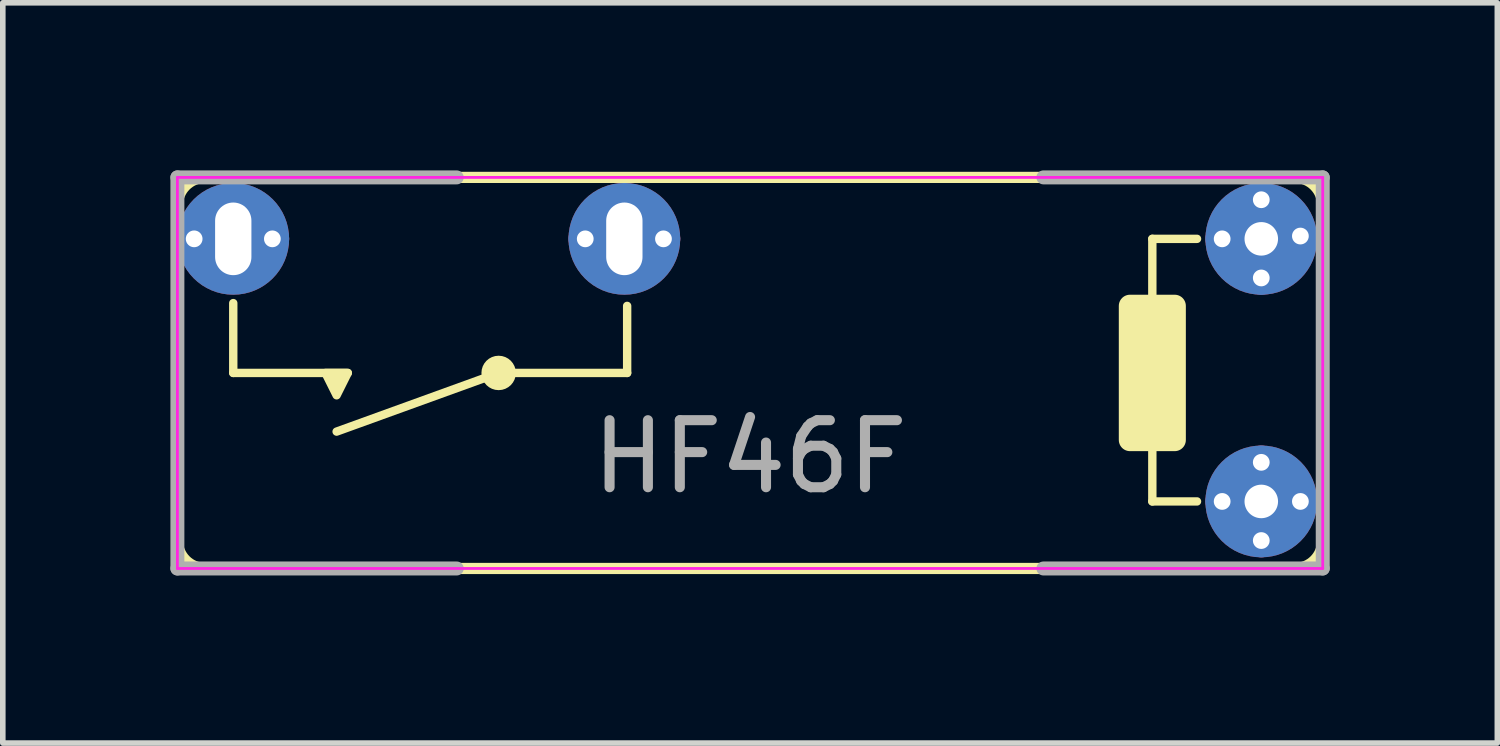
<source format=kicad_pcb>
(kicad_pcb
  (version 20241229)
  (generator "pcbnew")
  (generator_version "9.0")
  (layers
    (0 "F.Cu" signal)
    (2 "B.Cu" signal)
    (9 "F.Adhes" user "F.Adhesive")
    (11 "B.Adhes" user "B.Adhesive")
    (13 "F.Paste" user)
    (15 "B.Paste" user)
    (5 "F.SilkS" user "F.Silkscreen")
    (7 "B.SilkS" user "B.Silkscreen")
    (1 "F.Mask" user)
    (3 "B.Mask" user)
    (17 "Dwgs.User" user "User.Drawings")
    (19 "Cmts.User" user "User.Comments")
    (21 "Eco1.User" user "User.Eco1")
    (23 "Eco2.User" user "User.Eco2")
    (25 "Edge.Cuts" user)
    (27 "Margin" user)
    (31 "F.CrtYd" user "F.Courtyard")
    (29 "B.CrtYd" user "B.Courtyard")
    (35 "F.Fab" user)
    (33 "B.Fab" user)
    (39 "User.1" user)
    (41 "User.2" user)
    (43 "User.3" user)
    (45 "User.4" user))
  (footprint "HF46F"
    (layer "F.Cu")
    (at 10.375 3.625)
    (property "Reference" "HF46F" (at 0 1.5 180) (layer "F.Fab") (effects (font (size 1.2 1.2) (thickness 0.18))))
    (attr through_hole)
    (fp_line (start -10.25 3) (end -10.25 -3) (stroke (width 0.2) (type solid)) (layer "F.SilkS"))
    (fp_line (start -9.75 -3.5) (end 9.75 -3.5) (stroke (width 0.2) (type solid)) (layer "F.SilkS"))
    (fp_line (start -9.75 3.5) (end 9.75 3.5) (stroke (width 0.2) (type solid)) (layer "F.SilkS"))
    (fp_line (start -9.25 -1.25) (end -9.25 0) (stroke (width 0.15) (type solid)) (layer "F.SilkS"))
    (fp_line (start -9.25 0) (end -7.2 0) (stroke (width 0.15) (type solid)) (layer "F.SilkS"))
    (fp_line (start -7.4 1.05) (end -4.5 0) (stroke (width 0.15) (type solid)) (layer "F.SilkS"))
    (fp_line (start -4.5 0) (end -2.2 0) (stroke (width 0.15) (type solid)) (layer "F.SilkS"))
    (fp_line (start -2.2 0) (end -2.2 -1.2) (stroke (width 0.15) (type solid)) (layer "F.SilkS"))
    (fp_line (start 7.2 -2.4) (end 7.2 -1.3) (stroke (width 0.15) (type solid)) (layer "F.SilkS"))
    (fp_line (start 7.2 -2.4) (end 8 -2.4) (stroke (width 0.15) (type solid)) (layer "F.SilkS"))
    (fp_line (start 7.2 1.3) (end 7.2 2.3) (stroke (width 0.15) (type solid)) (layer "F.SilkS"))
    (fp_line (start 7.2 2.3) (end 8 2.3) (stroke (width 0.15) (type solid)) (layer "F.SilkS"))
    (fp_line (start 10.25 3) (end 10.25 -3) (stroke (width 0.2) (type solid)) (layer "F.SilkS"))
    (fp_arc (start -10.25 -3) (mid -10.103553 -3.353553) (end -9.75 -3.5) (stroke (width 0.2) (type solid)) (layer "F.SilkS"))
    (fp_arc (start -9.75 3.5) (mid -10.103553 3.353553) (end -10.25 3) (stroke (width 0.2) (type solid)) (layer "F.SilkS"))
    (fp_arc (start 9.75 -3.5) (mid 10.103553 -3.353553) (end 10.25 -3) (stroke (width 0.2) (type solid)) (layer "F.SilkS"))
    (fp_arc (start 10.25 3) (mid 10.103553 3.353553) (end 9.75 3.5) (stroke (width 0.2) (type solid)) (layer "F.SilkS"))
    (fp_circle (center -4.5 0) (end -4.35 0.05) (stroke (width 0.3) (type solid)) (fill no) (layer "F.SilkS"))
    (fp_poly (pts (xy -7.4 0.4) (xy -7.6 0) (xy -7.2 0)) (stroke (width 0.15) (type solid)) (fill yes) (layer "F.SilkS"))
    (fp_poly (pts (xy 6.8 1.2) (xy 6.8 -1.2) (xy 7.6 -1.2) (xy 7.6 1.2)) (stroke (width 0.4) (type solid)) (fill yes) (layer "F.SilkS"))
    (fp_line (start -10.25 -3.5) (end -10.25 3.5) (stroke (width 0.05) (type solid)) (layer "F.CrtYd"))
    (fp_line (start -10.25 -3.5) (end 10.25 -3.5) (stroke (width 0.05) (type solid)) (layer "F.CrtYd"))
    (fp_line (start -10.25 3.5) (end 10.25 3.5) (stroke (width 0.05) (type solid)) (layer "F.CrtYd"))
    (fp_line (start 10.25 -3.5) (end 10.25 3.5) (stroke (width 0.05) (type solid)) (layer "F.CrtYd"))
    (fp_line (start -10.25 3.5) (end -10.25 -3.5) (stroke (width 0.25) (type solid)) (layer "F.Fab"))
    (fp_line (start -5.25 -3.5) (end -10.25 -3.5) (stroke (width 0.25) (type solid)) (layer "F.Fab"))
    (fp_line (start -5.25 3.5) (end -10.25 3.5) (stroke (width 0.25) (type solid)) (layer "F.Fab"))
    (fp_line (start 10.25 -3.5) (end 5.25 -3.5) (stroke (width 0.25) (type solid)) (layer "F.Fab"))
    (fp_line (start 10.25 3.5) (end 5.25 3.5) (stroke (width 0.25) (type solid)) (layer "F.Fab"))
    (fp_line (start 10.25 3.5) (end 10.25 -3.5) (stroke (width 0.25) (type solid)) (layer "F.Fab"))
    (pad "1" thru_hole circle (at 8.45 -2.4) (size 0.6 0.6) (drill 0.3) (layers "*.Cu" "*.Mask"))
    (pad "1" thru_hole circle (at 9.15 -3.1) (size 0.6 0.6) (drill 0.3) (layers "*.Cu" "*.Mask"))
    (pad "1" thru_hole circle (at 9.15 -2.4) (size 2 2) (drill 0.6) (layers "*.Cu" "*.Mask"))
    (pad "1" thru_hole circle (at 9.15 -1.7) (size 0.6 0.6) (drill 0.3) (layers "*.Cu" "*.Mask"))
    (pad "1" thru_hole circle (at 9.85 -2.45) (size 0.6 0.6) (drill 0.3) (layers "*.Cu" "*.Mask"))
    (pad "2" thru_hole circle (at 8.45 2.3) (size 0.6 0.6) (drill 0.3) (layers "*.Cu" "*.Mask"))
    (pad "2" thru_hole circle (at 9.15 1.6) (size 0.6 0.6) (drill 0.3) (layers "*.Cu" "*.Mask"))
    (pad "2" thru_hole circle (at 9.15 2.3) (size 2 2) (drill 0.6) (layers "*.Cu" "*.Mask"))
    (pad "2" thru_hole circle (at 9.15 3) (size 0.6 0.6) (drill 0.3) (layers "*.Cu" "*.Mask"))
    (pad "2" thru_hole circle (at 9.85 2.3) (size 0.6 0.6) (drill 0.3) (layers "*.Cu" "*.Mask"))
    (pad "3" thru_hole circle (at -2.95 -2.4) (size 0.6 0.6) (drill 0.3) (layers "*.Cu" "*.Mask"))
    (pad "3" thru_hole circle (at -2.25 -2.4) (size 2 2) (drill oval 0.65 1.3) (layers "*.Cu" "*.Mask"))
    (pad "3" thru_hole circle (at -1.55 -2.4) (size 0.6 0.6) (drill 0.3) (layers "*.Cu" "*.Mask"))
    (pad "4" thru_hole circle (at -9.95 -2.4) (size 0.6 0.6) (drill 0.3) (layers "*.Cu" "*.Mask"))
    (pad "4" thru_hole circle (at -9.25 -2.4) (size 2 2) (drill oval 0.65 1.3) (layers "*.Cu" "*.Mask"))
    (pad "4" thru_hole circle (at -8.55 -2.4) (size 0.6 0.6) (drill 0.3) (layers "*.Cu" "*.Mask")))
  (gr_rect
    (start -3 -3)
    (end 23.75 10.25)
    (stroke (width 0.1) (type default))
    (fill no)
    (layer "Edge.Cuts")))
</source>
